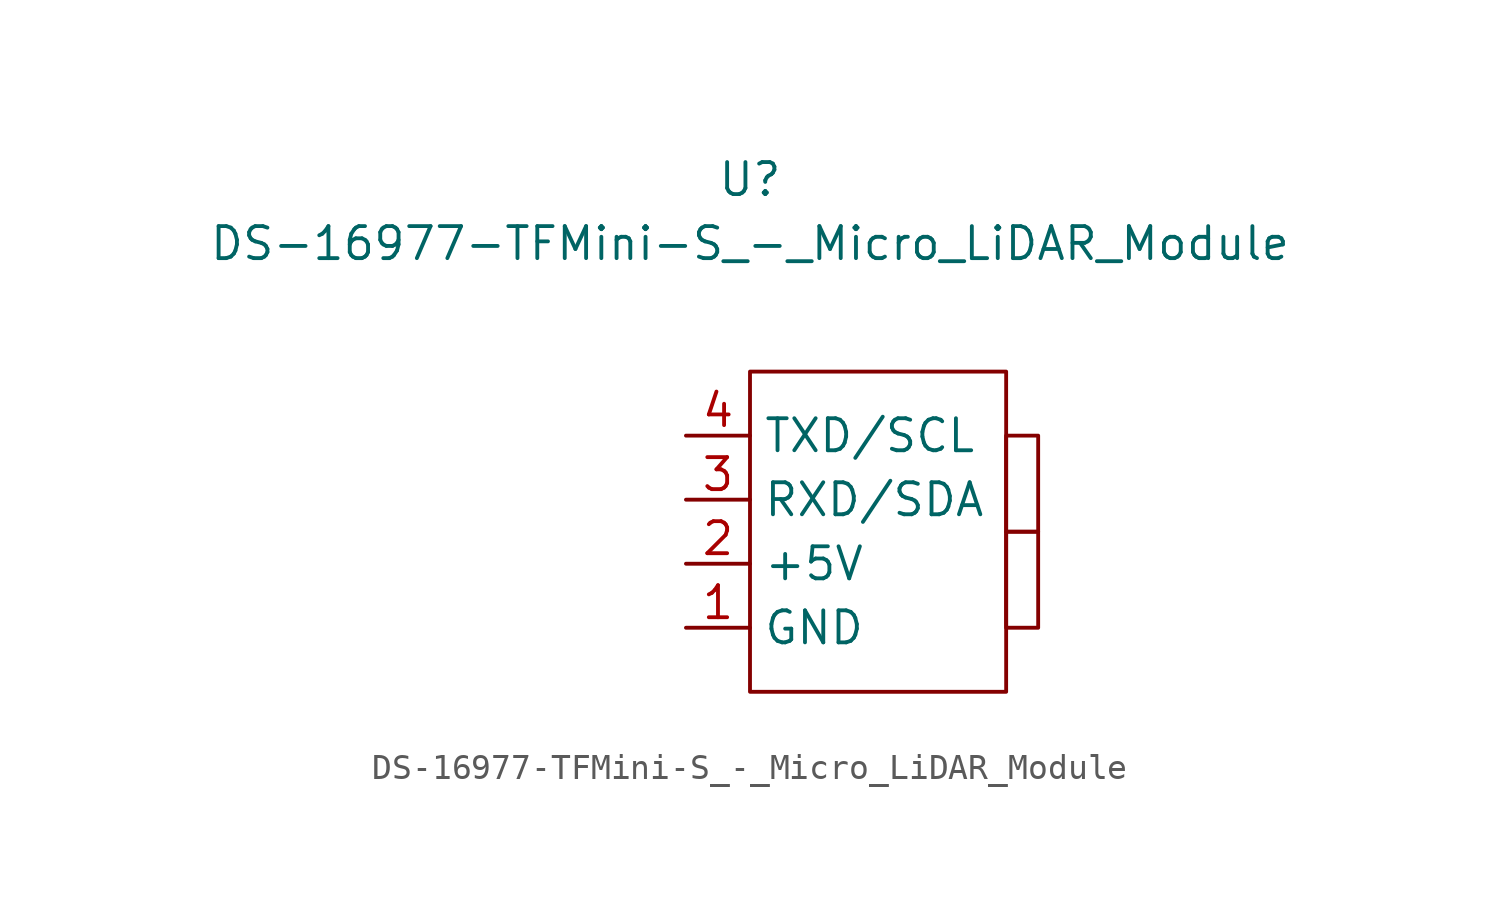
<source format=kicad_sym>
(kicad_symbol_lib
  (version 20211014)
  (generator kicad_symbol_editor)
  (symbol "DS-16977-TFMini-S_-_Micro_LiDAR_Module"
    (property "Reference" "U"
      (at 0 2.54 0)
      (effects (font (size 1.27 1.27))))
    (property "Value" "DS-16977-TFMini-S_-_Micro_LiDAR_Module"
      (at 0 0 0)
      (effects (font (size 1.27 1.27))))
    (symbol "DS-16977-TFMini-S_-_Micro_LiDAR_Module_0_1"
      (rectangle (start 0 -5.08) (end 10.16 -17.78) (stroke (width 0) (type default) (color 0 0 0 0)) (fill (type none)))
      (rectangle (start 10.16 -11.43) (end 11.43 -15.24) (stroke (width 0) (type default) (color 0 0 0 0)) (fill (type none)))
      (rectangle (start 10.16 -7.62) (end 11.43 -11.43) (stroke (width 0) (type default) (color 0 0 0 0)) (fill (type none))))
    (symbol "DS-16977-TFMini-S_-_Micro_LiDAR_Module_1_1"
      (pin bidirectional line (at -2.54 -15.24 0) (length 2.54) (name "GND" (effects (font (size 1.27 1.27)))) (number "1" (effects (font (size 1.27 1.27)))))
      (pin bidirectional line (at -2.54 -12.7 0) (length 2.54) (name "+5V" (effects (font (size 1.27 1.27)))) (number "2" (effects (font (size 1.27 1.27)))))
      (pin bidirectional line (at -2.54 -10.16 0) (length 2.54) (name "RXD/SDA" (effects (font (size 1.27 1.27)))) (number "3" (effects (font (size 1.27 1.27)))))
      (pin bidirectional line (at -2.54 -7.62 0) (length 2.54) (name "TXD/SCL" (effects (font (size 1.27 1.27)))) (number "4" (effects (font (size 1.27 1.27))))))))
</source>
